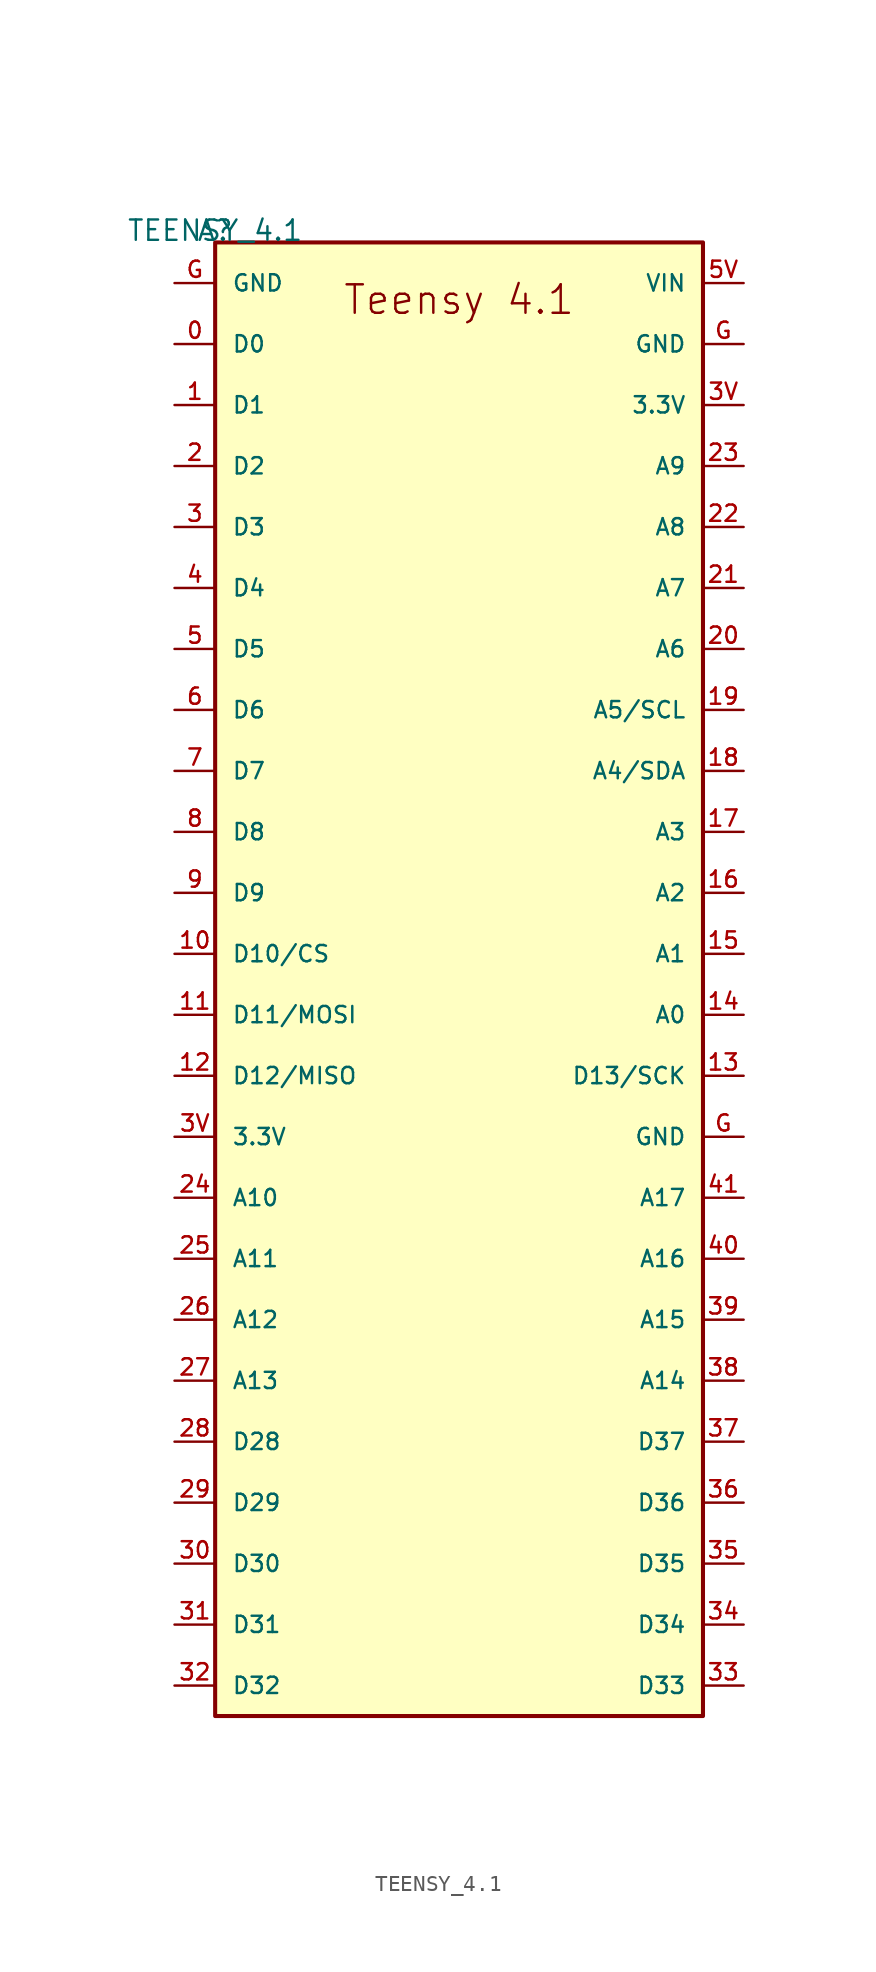
<source format=kicad_sym>
(kicad_symbol_lib
  (version 20231120)
  (generator "kicad_symbol_editor")
  (generator_version "8.0")
  (symbol "TEENSY_4.1"
    (pin_names
      (offset 1.016))
    (property "Reference" "A"
      (at 0 0 0)
      (effects (font (size 1.27 1.27)) (justify bottom)))
    (property "Value" "TEENSY_4.1"
      (at 0 0 0)
      (effects (font (size 1.27 1.27)) (justify bottom)))
    (symbol "TEENSY_4.1_0_0"
      (rectangle (start 0 0) (end 30.48 -92.075) (stroke (width 0.254) (type default)) (fill (type background)))
      (text "Teensy 4.1" (at 15.24 -2.54 0) (effects (font (size 1.778 1.778)) (justify top)))
      (pin bidirectional line (at -2.54 -44.45 0) (length 2.54) (name "D10/CS" (effects (font (size 1.016 1.016)))) (number "10" (effects (font (size 1.016 1.016)))))
      (pin bidirectional line (at -2.54 -48.26 0) (length 2.54) (name "D11/MOSI" (effects (font (size 1.016 1.016)))) (number "11" (effects (font (size 1.016 1.016)))))
      (pin bidirectional line (at -2.54 -52.07 0) (length 2.54) (name "D12/MISO" (effects (font (size 1.016 1.016)))) (number "12" (effects (font (size 1.016 1.016)))))
      (pin bidirectional line (at 33.02 -52.07 180) (length 2.54) (name "D13/SCK" (effects (font (size 1.016 1.016)))) (number "13" (effects (font (size 1.016 1.016)))))
      (pin bidirectional line (at 33.02 -48.26 180) (length 2.54) (name "A0" (effects (font (size 1.016 1.016)))) (number "14" (effects (font (size 1.016 1.016)))))
      (pin bidirectional line (at 33.02 -44.45 180) (length 2.54) (name "A1" (effects (font (size 1.016 1.016)))) (number "15" (effects (font (size 1.016 1.016)))))
      (pin bidirectional line (at 33.02 -40.64 180) (length 2.54) (name "A2" (effects (font (size 1.016 1.016)))) (number "16" (effects (font (size 1.016 1.016)))))
      (pin bidirectional line (at 33.02 -36.83 180) (length 2.54) (name "A3" (effects (font (size 1.016 1.016)))) (number "17" (effects (font (size 1.016 1.016)))))
      (pin bidirectional line (at 33.02 -33.02 180) (length 2.54) (name "A4/SDA" (effects (font (size 1.016 1.016)))) (number "18" (effects (font (size 1.016 1.016)))))
      (pin bidirectional line (at 33.02 -29.21 180) (length 2.54) (name "A5/SCL" (effects (font (size 1.016 1.016)))) (number "19" (effects (font (size 1.016 1.016)))))
      (pin bidirectional line (at -2.54 -13.97 0) (length 2.54) (name "D2" (effects (font (size 1.016 1.016)))) (number "2" (effects (font (size 1.016 1.016)))))
      (pin bidirectional line (at 33.02 -25.4 180) (length 2.54) (name "A6" (effects (font (size 1.016 1.016)))) (number "20" (effects (font (size 1.016 1.016)))))
      (pin bidirectional line (at 33.02 -21.59 180) (length 2.54) (name "A7" (effects (font (size 1.016 1.016)))) (number "21" (effects (font (size 1.016 1.016)))))
      (pin bidirectional line (at 33.02 -17.78 180) (length 2.54) (name "A8" (effects (font (size 1.016 1.016)))) (number "22" (effects (font (size 1.016 1.016)))))
      (pin bidirectional line (at 33.02 -13.97 180) (length 2.54) (name "A9" (effects (font (size 1.016 1.016)))) (number "23" (effects (font (size 1.016 1.016)))))
      (pin bidirectional line (at -2.54 -59.69 0) (length 2.54) (name "A10" (effects (font (size 1.016 1.016)))) (number "24" (effects (font (size 1.016 1.016)))))
      (pin bidirectional line (at -2.54 -63.5 0) (length 2.54) (name "A11" (effects (font (size 1.016 1.016)))) (number "25" (effects (font (size 1.016 1.016)))))
      (pin bidirectional line (at -2.54 -67.31 0) (length 2.54) (name "A12" (effects (font (size 1.016 1.016)))) (number "26" (effects (font (size 1.016 1.016)))))
      (pin bidirectional line (at -2.54 -71.12 0) (length 2.54) (name "A13" (effects (font (size 1.016 1.016)))) (number "27" (effects (font (size 1.016 1.016)))))
      (pin bidirectional line (at -2.54 -74.93 0) (length 2.54) (name "D28" (effects (font (size 1.016 1.016)))) (number "28" (effects (font (size 1.016 1.016)))))
      (pin bidirectional line (at -2.54 -78.74 0) (length 2.54) (name "D29" (effects (font (size 1.016 1.016)))) (number "29" (effects (font (size 1.016 1.016)))))
      (pin bidirectional line (at -2.54 -17.78 0) (length 2.54) (name "D3" (effects (font (size 1.016 1.016)))) (number "3" (effects (font (size 1.016 1.016)))))
      (pin bidirectional line (at -2.54 -82.55 0) (length 2.54) (name "D30" (effects (font (size 1.016 1.016)))) (number "30" (effects (font (size 1.016 1.016)))))
      (pin bidirectional line (at -2.54 -86.36 0) (length 2.54) (name "D31" (effects (font (size 1.016 1.016)))) (number "31" (effects (font (size 1.016 1.016)))))
      (pin bidirectional line (at -2.54 -90.17 0) (length 2.54) (name "D32" (effects (font (size 1.016 1.016)))) (number "32" (effects (font (size 1.016 1.016)))))
      (pin bidirectional line (at 33.02 -90.17 180) (length 2.54) (name "D33" (effects (font (size 1.016 1.016)))) (number "33" (effects (font (size 1.016 1.016)))))
      (pin bidirectional line (at 33.02 -86.36 180) (length 2.54) (name "D34" (effects (font (size 1.016 1.016)))) (number "34" (effects (font (size 1.016 1.016)))))
      (pin bidirectional line (at 33.02 -82.55 180) (length 2.54) (name "D35" (effects (font (size 1.016 1.016)))) (number "35" (effects (font (size 1.016 1.016)))))
      (pin bidirectional line (at 33.02 -78.74 180) (length 2.54) (name "D36" (effects (font (size 1.016 1.016)))) (number "36" (effects (font (size 1.016 1.016)))))
      (pin bidirectional line (at 33.02 -74.93 180) (length 2.54) (name "D37" (effects (font (size 1.016 1.016)))) (number "37" (effects (font (size 1.016 1.016)))))
      (pin bidirectional line (at 33.02 -71.12 180) (length 2.54) (name "A14" (effects (font (size 1.016 1.016)))) (number "38" (effects (font (size 1.016 1.016)))))
      (pin bidirectional line (at 33.02 -67.31 180) (length 2.54) (name "A15" (effects (font (size 1.016 1.016)))) (number "39" (effects (font (size 1.016 1.016)))))
      (pin power_out line (at -2.54 -55.88 0) (length 2.54) (name "3.3V" (effects (font (size 1.016 1.016)))) (number "3V" (effects (font (size 1.016 1.016)))))
      (pin power_out line (at 33.02 -10.16 180) (length 2.54) (name "3.3V" (effects (font (size 1.016 1.016)))) (number "3V" (effects (font (size 1.016 1.016)))))
      (pin bidirectional line (at -2.54 -21.59 0) (length 2.54) (name "D4" (effects (font (size 1.016 1.016)))) (number "4" (effects (font (size 1.016 1.016)))))
      (pin bidirectional line (at 33.02 -63.5 180) (length 2.54) (name "A16" (effects (font (size 1.016 1.016)))) (number "40" (effects (font (size 1.016 1.016)))))
      (pin bidirectional line (at 33.02 -59.69 180) (length 2.54) (name "A17" (effects (font (size 1.016 1.016)))) (number "41" (effects (font (size 1.016 1.016)))))
      (pin bidirectional line (at -2.54 -25.4 0) (length 2.54) (name "D5" (effects (font (size 1.016 1.016)))) (number "5" (effects (font (size 1.016 1.016)))))
      (pin power_in line (at 33.02 -2.54 180) (length 2.54) (name "VIN" (effects (font (size 1.016 1.016)))) (number "5V" (effects (font (size 1.016 1.016)))))
      (pin bidirectional line (at -2.54 -29.21 0) (length 2.54) (name "D6" (effects (font (size 1.016 1.016)))) (number "6" (effects (font (size 1.016 1.016)))))
      (pin bidirectional line (at -2.54 -33.02 0) (length 2.54) (name "D7" (effects (font (size 1.016 1.016)))) (number "7" (effects (font (size 1.016 1.016)))))
      (pin bidirectional line (at -2.54 -36.83 0) (length 2.54) (name "D8" (effects (font (size 1.016 1.016)))) (number "8" (effects (font (size 1.016 1.016)))))
      (pin bidirectional line (at -2.54 -40.64 0) (length 2.54) (name "D9" (effects (font (size 1.016 1.016)))) (number "9" (effects (font (size 1.016 1.016)))))
      (pin bidirectional line (at -2.54 -2.54 0) (length 2.54) (name "GND" (effects (font (size 1.016 1.016)))) (number "G" (effects (font (size 1.016 1.016)))))
      (pin bidirectional line (at 33.02 -55.88 180) (length 2.54) (name "GND" (effects (font (size 1.016 1.016)))) (number "G" (effects (font (size 1.016 1.016)))))
      (pin bidirectional line (at 33.02 -6.35 180) (length 2.54) (name "GND" (effects (font (size 1.016 1.016)))) (number "G" (effects (font (size 1.016 1.016))))))
    (symbol "TEENSY_4.1_1_0"
      (pin bidirectional line (at -2.54 -6.35 0) (length 2.54) (name "D0" (effects (font (size 1.016 1.016)))) (number "0" (effects (font (size 1.016 1.016)))))
      (pin bidirectional line (at -2.54 -10.16 0) (length 2.54) (name "D1" (effects (font (size 1.016 1.016)))) (number "1" (effects (font (size 1.016 1.016))))))))
</source>
